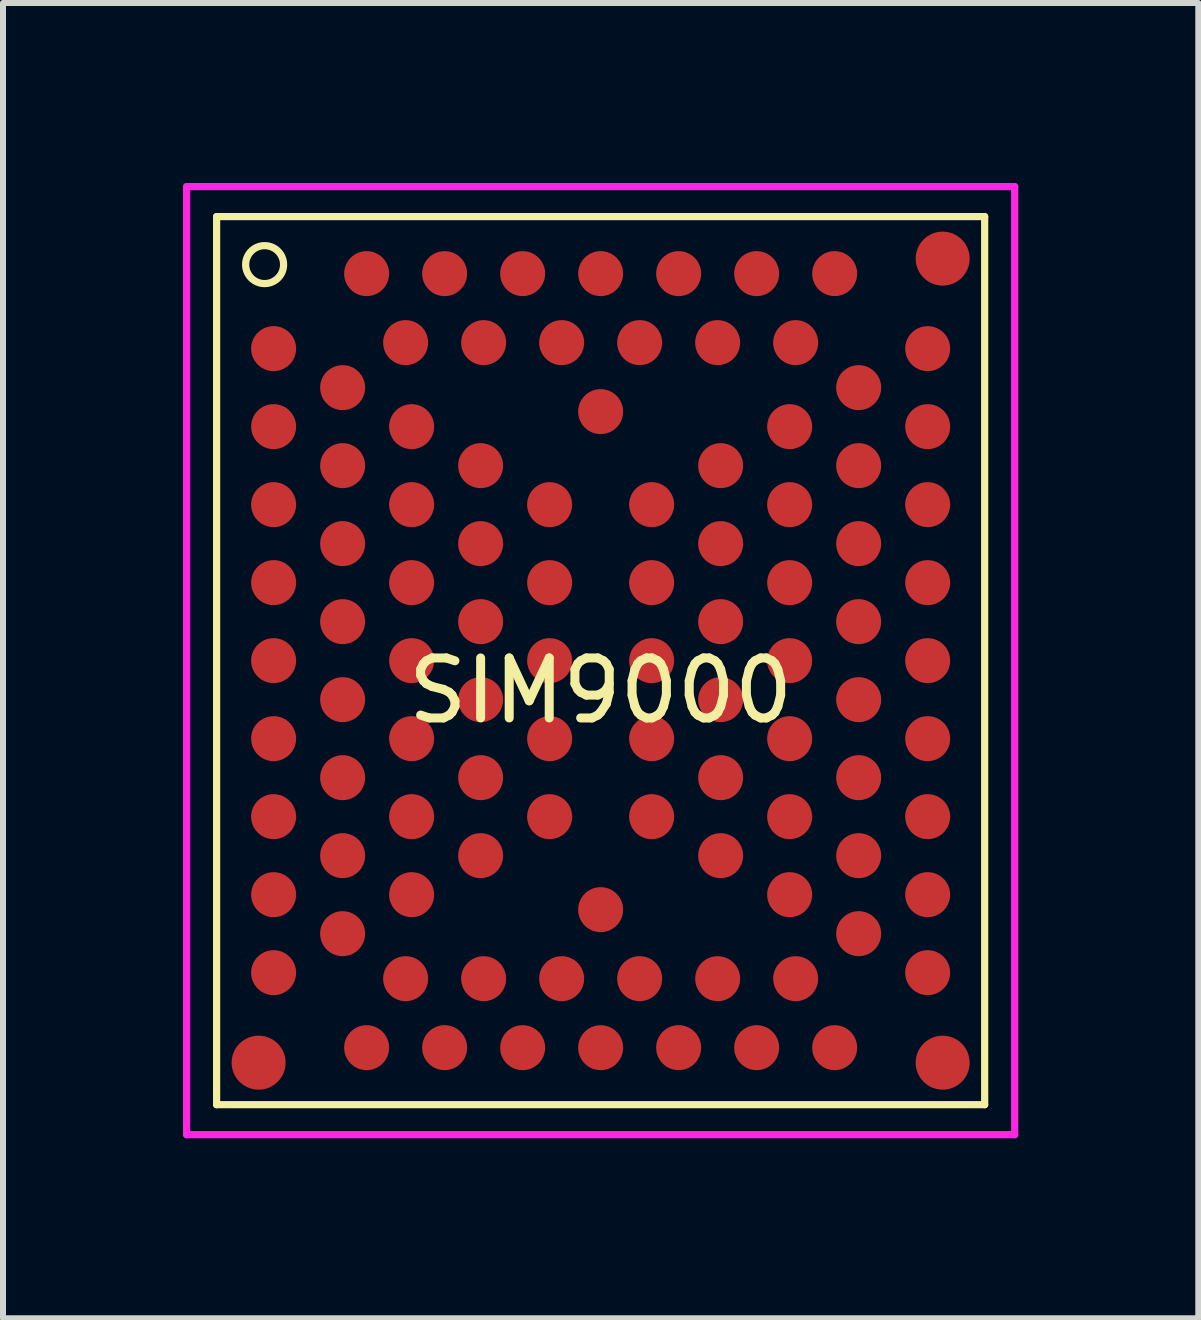
<source format=kicad_pcb>
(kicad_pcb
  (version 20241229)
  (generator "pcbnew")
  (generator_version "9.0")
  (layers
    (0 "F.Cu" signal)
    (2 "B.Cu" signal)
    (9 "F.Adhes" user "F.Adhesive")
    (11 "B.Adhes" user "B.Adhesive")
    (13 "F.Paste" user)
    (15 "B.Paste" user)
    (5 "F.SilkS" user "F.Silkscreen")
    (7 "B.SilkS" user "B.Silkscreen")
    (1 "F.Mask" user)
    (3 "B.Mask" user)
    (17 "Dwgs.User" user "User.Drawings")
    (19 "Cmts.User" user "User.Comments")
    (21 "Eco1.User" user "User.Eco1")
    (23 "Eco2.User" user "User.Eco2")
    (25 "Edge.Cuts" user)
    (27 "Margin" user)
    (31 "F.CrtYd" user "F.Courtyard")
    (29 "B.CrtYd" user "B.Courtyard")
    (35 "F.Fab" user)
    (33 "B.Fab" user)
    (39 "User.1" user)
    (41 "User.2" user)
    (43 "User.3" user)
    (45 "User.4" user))
  (footprint "SIM9000"
    (layer "F.Cu")
    (at 6.96 7.96)
    (property "Reference" "SIM9000" (at 0 0.5 0) (layer "F.SilkS") (effects (font (size 1 1) (thickness 0.15))))
    (attr through_hole)
    (fp_line (start -6.4 -7.4) (end -6.4 7.4) (stroke (width 0.12) (type solid)) (layer "F.SilkS"))
    (fp_line (start -6.4 7.4) (end 6.4 7.4) (stroke (width 0.12) (type solid)) (layer "F.SilkS"))
    (fp_line (start 6.4 -7.4) (end -6.4 -7.4) (stroke (width 0.12) (type solid)) (layer "F.SilkS"))
    (fp_line (start 6.4 7.4) (end 6.4 -7.4) (stroke (width 0.12) (type solid)) (layer "F.SilkS"))
    (fp_circle (center -5.6 -6.6) (end -5.3 -6.5) (stroke (width 0.12) (type solid)) (fill no) (layer "F.SilkS"))
    (fp_line (start -6.9 -7.9) (end -6.9 7.9) (stroke (width 0.12) (type solid)) (layer "F.CrtYd"))
    (fp_line (start 6.9 -7.9) (end -6.9 -7.9) (stroke (width 0.12) (type solid)) (layer "F.CrtYd"))
    (fp_line (start 6.9 7.9) (end -6.9 7.9) (stroke (width 0.12) (type solid)) (layer "F.CrtYd"))
    (fp_line (start 6.9 7.9) (end 6.9 -7.9) (stroke (width 0.12) (type solid)) (layer "F.CrtYd"))
    (pad "1" smd circle (at -5.45 -5.2) (size 0.75 0.75) (layers "F.Cu" "F.Mask" "F.Paste"))
    (pad "2" smd circle (at -5.45 -3.9) (size 0.75 0.75) (layers "F.Cu" "F.Mask" "F.Paste"))
    (pad "3" smd circle (at -5.45 -2.6) (size 0.75 0.75) (layers "F.Cu" "F.Mask" "F.Paste"))
    (pad "4" smd circle (at -5.45 -1.3) (size 0.75 0.75) (layers "F.Cu" "F.Mask" "F.Paste"))
    (pad "5" smd circle (at -5.45 0) (size 0.75 0.75) (layers "F.Cu" "F.Mask" "F.Paste"))
    (pad "6" smd circle (at -5.45 1.3) (size 0.75 0.75) (layers "F.Cu" "F.Mask" "F.Paste"))
    (pad "7" smd circle (at -5.45 2.6) (size 0.75 0.75) (layers "F.Cu" "F.Mask" "F.Paste"))
    (pad "8" smd circle (at -5.45 3.9) (size 0.75 0.75) (layers "F.Cu" "F.Mask" "F.Paste"))
    (pad "9" smd circle (at -5.45 5.2) (size 0.75 0.75) (layers "F.Cu" "F.Mask" "F.Paste"))
    (pad "10" smd circle (at -3.9 6.45) (size 0.75 0.75) (layers "F.Cu" "F.Mask" "F.Paste"))
    (pad "11" smd circle (at -2.6 6.45) (size 0.75 0.75) (layers "F.Cu" "F.Mask" "F.Paste"))
    (pad "12" smd circle (at -1.3 6.45) (size 0.75 0.75) (layers "F.Cu" "F.Mask" "F.Paste"))
    (pad "13" smd circle (at 0 6.45) (size 0.75 0.75) (layers "F.Cu" "F.Mask" "F.Paste"))
    (pad "14" smd circle (at 1.3 6.45) (size 0.75 0.75) (layers "F.Cu" "F.Mask" "F.Paste"))
    (pad "15" smd circle (at 2.6 6.45) (size 0.75 0.75) (layers "F.Cu" "F.Mask" "F.Paste"))
    (pad "16" smd circle (at 3.9 6.45) (size 0.75 0.75) (layers "F.Cu" "F.Mask" "F.Paste"))
    (pad "17" smd circle (at 5.45 5.2) (size 0.75 0.75) (layers "F.Cu" "F.Mask" "F.Paste"))
    (pad "18" smd circle (at 5.45 3.9) (size 0.75 0.75) (layers "F.Cu" "F.Mask" "F.Paste"))
    (pad "19" smd circle (at 5.45 2.6) (size 0.75 0.75) (layers "F.Cu" "F.Mask" "F.Paste"))
    (pad "20" smd circle (at 5.45 1.3) (size 0.75 0.75) (layers "F.Cu" "F.Mask" "F.Paste"))
    (pad "21" smd circle (at 5.45 0) (size 0.75 0.75) (layers "F.Cu" "F.Mask" "F.Paste"))
    (pad "22" smd circle (at 5.45 -1.3) (size 0.75 0.75) (layers "F.Cu" "F.Mask" "F.Paste"))
    (pad "23" smd circle (at 5.45 -2.6) (size 0.75 0.75) (layers "F.Cu" "F.Mask" "F.Paste"))
    (pad "24" smd circle (at 5.45 -3.9) (size 0.75 0.75) (layers "F.Cu" "F.Mask" "F.Paste"))
    (pad "25" smd circle (at 5.45 -5.2) (size 0.75 0.75) (layers "F.Cu" "F.Mask" "F.Paste"))
    (pad "26" smd circle (at 3.9 -6.45) (size 0.75 0.75) (layers "F.Cu" "F.Mask" "F.Paste"))
    (pad "27" smd circle (at 2.6 -6.45) (size 0.75 0.75) (layers "F.Cu" "F.Mask" "F.Paste"))
    (pad "28" smd circle (at 1.3 -6.45) (size 0.75 0.75) (layers "F.Cu" "F.Mask" "F.Paste"))
    (pad "29" smd circle (at 0 -6.45) (size 0.75 0.75) (layers "F.Cu" "F.Mask" "F.Paste"))
    (pad "30" smd circle (at -1.3 -6.45) (size 0.75 0.75) (layers "F.Cu" "F.Mask" "F.Paste"))
    (pad "31" smd circle (at -2.6 -6.45) (size 0.75 0.75) (layers "F.Cu" "F.Mask" "F.Paste"))
    (pad "32" smd circle (at -3.9 -6.45) (size 0.75 0.75) (layers "F.Cu" "F.Mask" "F.Paste"))
    (pad "33" smd circle (at -4.3 -4.55) (size 0.75 0.75) (layers "F.Cu" "F.Mask" "F.Paste"))
    (pad "34" smd circle (at -4.3 -3.25) (size 0.75 0.75) (layers "F.Cu" "F.Mask" "F.Paste"))
    (pad "35" smd circle (at -4.3 -1.95) (size 0.75 0.75) (layers "F.Cu" "F.Mask" "F.Paste"))
    (pad "36" smd circle (at -4.3 -0.65) (size 0.75 0.75) (layers "F.Cu" "F.Mask" "F.Paste"))
    (pad "37" smd circle (at -4.3 0.65) (size 0.75 0.75) (layers "F.Cu" "F.Mask" "F.Paste"))
    (pad "38" smd circle (at -4.3 1.95) (size 0.75 0.75) (layers "F.Cu" "F.Mask" "F.Paste"))
    (pad "39" smd circle (at -4.3 3.25) (size 0.75 0.75) (layers "F.Cu" "F.Mask" "F.Paste"))
    (pad "40" smd circle (at -4.3 4.55) (size 0.75 0.75) (layers "F.Cu" "F.Mask" "F.Paste"))
    (pad "41" smd circle (at -1.95 5.3) (size 0.75 0.75) (layers "F.Cu" "F.Mask" "F.Paste"))
    (pad "42" smd circle (at -0.65 5.3) (size 0.75 0.75) (layers "F.Cu" "F.Mask" "F.Paste"))
    (pad "43" smd circle (at 0.65 5.3) (size 0.75 0.75) (layers "F.Cu" "F.Mask" "F.Paste"))
    (pad "44" smd circle (at 1.95 5.3) (size 0.75 0.75) (layers "F.Cu" "F.Mask" "F.Paste"))
    (pad "45" smd circle (at 4.3 4.55) (size 0.75 0.75) (layers "F.Cu" "F.Mask" "F.Paste"))
    (pad "46" smd circle (at 4.3 3.25) (size 0.75 0.75) (layers "F.Cu" "F.Mask" "F.Paste"))
    (pad "47" smd circle (at 4.3 1.95) (size 0.75 0.75) (layers "F.Cu" "F.Mask" "F.Paste"))
    (pad "48" smd circle (at 4.3 0.65) (size 0.75 0.75) (layers "F.Cu" "F.Mask" "F.Paste"))
    (pad "49" smd circle (at 4.3 -0.65) (size 0.75 0.75) (layers "F.Cu" "F.Mask" "F.Paste"))
    (pad "50" smd circle (at 4.3 -1.95) (size 0.75 0.75) (layers "F.Cu" "F.Mask" "F.Paste"))
    (pad "51" smd circle (at 4.3 -3.25) (size 0.75 0.75) (layers "F.Cu" "F.Mask" "F.Paste"))
    (pad "52" smd circle (at 4.3 -4.55) (size 0.75 0.75) (layers "F.Cu" "F.Mask" "F.Paste"))
    (pad "53" smd circle (at 1.95 -5.3 90) (size 0.75 0.75) (layers "F.Cu" "F.Mask" "F.Paste"))
    (pad "54" smd circle (at 0.65 -5.3) (size 0.75 0.75) (layers "F.Cu" "F.Mask" "F.Paste"))
    (pad "55" smd circle (at -0.65 -5.3) (size 0.75 0.75) (layers "F.Cu" "F.Mask" "F.Paste"))
    (pad "56" smd circle (at -1.95 -5.3) (size 0.75 0.75) (layers "F.Cu" "F.Mask" "F.Paste"))
    (pad "57" smd circle (at -3.15 -3.9) (size 0.75 0.75) (layers "F.Cu" "F.Mask" "F.Paste"))
    (pad "58" smd circle (at -3.15 -2.6) (size 0.75 0.75) (layers "F.Cu" "F.Mask" "F.Paste"))
    (pad "59" smd circle (at -3.15 -1.3) (size 0.75 0.75) (layers "F.Cu" "F.Mask" "F.Paste"))
    (pad "60" smd circle (at -3.15 0) (size 0.75 0.75) (layers "F.Cu" "F.Mask" "F.Paste"))
    (pad "61" smd circle (at -3.15 1.3) (size 0.75 0.75) (layers "F.Cu" "F.Mask" "F.Paste"))
    (pad "62" smd circle (at -3.15 2.6) (size 0.75 0.75) (layers "F.Cu" "F.Mask" "F.Paste"))
    (pad "63" smd circle (at -3.15 3.9) (size 0.75 0.75) (layers "F.Cu" "F.Mask" "F.Paste"))
    (pad "64" smd circle (at 0 4.15) (size 0.75 0.75) (layers "F.Cu" "F.Mask" "F.Paste"))
    (pad "65" smd circle (at 3.15 3.9) (size 0.75 0.75) (layers "F.Cu" "F.Mask" "F.Paste"))
    (pad "66" smd circle (at 3.15 2.6) (size 0.75 0.75) (layers "F.Cu" "F.Mask" "F.Paste"))
    (pad "67" smd circle (at 3.15 1.3) (size 0.75 0.75) (layers "F.Cu" "F.Mask" "F.Paste"))
    (pad "68" smd circle (at 3.15 0) (size 0.75 0.75) (layers "F.Cu" "F.Mask" "F.Paste"))
    (pad "69" smd circle (at 3.15 -1.3) (size 0.75 0.75) (layers "F.Cu" "F.Mask" "F.Paste"))
    (pad "70" smd circle (at 3.15 -2.6) (size 0.75 0.75) (layers "F.Cu" "F.Mask" "F.Paste"))
    (pad "71" smd circle (at 3.15 -3.9) (size 0.75 0.75) (layers "F.Cu" "F.Mask" "F.Paste"))
    (pad "72" smd circle (at 0 -4.15) (size 0.75 0.75) (layers "F.Cu" "F.Mask" "F.Paste"))
    (pad "73" smd circle (at -2 -3.25) (size 0.75 0.75) (layers "F.Cu" "F.Mask" "F.Paste"))
    (pad "74" smd circle (at -2 -1.95) (size 0.75 0.75) (layers "F.Cu" "F.Mask" "F.Paste"))
    (pad "75" smd circle (at -2 -0.65) (size 0.75 0.75) (layers "F.Cu" "F.Mask" "F.Paste"))
    (pad "76" smd circle (at -2 0.65) (size 0.75 0.75) (layers "F.Cu" "F.Mask" "F.Paste"))
    (pad "77" smd circle (at -2 1.95) (size 0.75 0.75) (layers "F.Cu" "F.Mask" "F.Paste"))
    (pad "78" smd circle (at -2 3.25) (size 0.75 0.75) (layers "F.Cu" "F.Mask" "F.Paste"))
    (pad "79" smd circle (at 2 3.25) (size 0.75 0.75) (layers "F.Cu" "F.Mask" "F.Paste"))
    (pad "80" smd circle (at 2 1.95) (size 0.75 0.75) (layers "F.Cu" "F.Mask" "F.Paste"))
    (pad "81" smd circle (at 2 0.65) (size 0.75 0.75) (layers "F.Cu" "F.Mask" "F.Paste"))
    (pad "82" smd circle (at 2 -0.65) (size 0.75 0.75) (layers "F.Cu" "F.Mask" "F.Paste"))
    (pad "83" smd circle (at 2 -1.95) (size 0.75 0.75) (layers "F.Cu" "F.Mask" "F.Paste"))
    (pad "84" smd circle (at 2 -3.25) (size 0.75 0.75) (layers "F.Cu" "F.Mask" "F.Paste"))
    (pad "85" smd circle (at -0.85 -2.6) (size 0.75 0.75) (layers "F.Cu" "F.Mask" "F.Paste"))
    (pad "86" smd circle (at -0.85 -1.3) (size 0.75 0.75) (layers "F.Cu" "F.Mask" "F.Paste"))
    (pad "87" smd circle (at -0.85 0) (size 0.75 0.75) (layers "F.Cu" "F.Mask" "F.Paste"))
    (pad "88" smd circle (at -0.85 1.3) (size 0.75 0.75) (layers "F.Cu" "F.Mask" "F.Paste"))
    (pad "89" smd circle (at -0.85 2.6) (size 0.75 0.75) (layers "F.Cu" "F.Mask" "F.Paste"))
    (pad "90" smd circle (at 0.85 2.6 90) (size 0.75 0.75) (layers "F.Cu" "F.Mask" "F.Paste"))
    (pad "91" smd circle (at 0.85 1.3) (size 0.75 0.75) (layers "F.Cu" "F.Mask" "F.Paste"))
    (pad "92" smd circle (at 0.85 0) (size 0.75 0.75) (layers "F.Cu" "F.Mask" "F.Paste"))
    (pad "93" smd circle (at 0.85 -1.3) (size 0.75 0.75) (layers "F.Cu" "F.Mask" "F.Paste"))
    (pad "94" smd circle (at 0.85 -2.6) (size 0.75 0.75) (layers "F.Cu" "F.Mask" "F.Paste"))
    (pad "95" smd circle (at -3.25 -5.3) (size 0.75 0.75) (layers "F.Cu" "F.Mask" "F.Paste"))
    (pad "96" smd circle (at -3.25 5.3) (size 0.75 0.75) (layers "F.Cu" "F.Mask" "F.Paste"))
    (pad "97" smd circle (at 3.25 5.3) (size 0.75 0.75) (layers "F.Cu" "F.Mask" "F.Paste"))
    (pad "98" smd circle (at 3.25 -5.3) (size 0.75 0.75) (layers "F.Cu" "F.Mask" "F.Paste"))
    (pad "99" smd circle (at -5.7 6.7) (size 0.9 0.9) (layers "F.Cu" "F.Mask" "F.Paste"))
    (pad "100" smd circle (at 5.7 6.7) (size 0.9 0.9) (layers "F.Cu" "F.Mask" "F.Paste"))
    (pad "101" smd circle (at 5.7 -6.7) (size 0.9 0.9) (layers "F.Cu" "F.Mask" "F.Paste")))
  (gr_rect
    (start -3 -3)
    (end 16.92 18.92)
    (stroke (width 0.1) (type default))
    (fill no)
    (layer "Edge.Cuts")))
</source>
